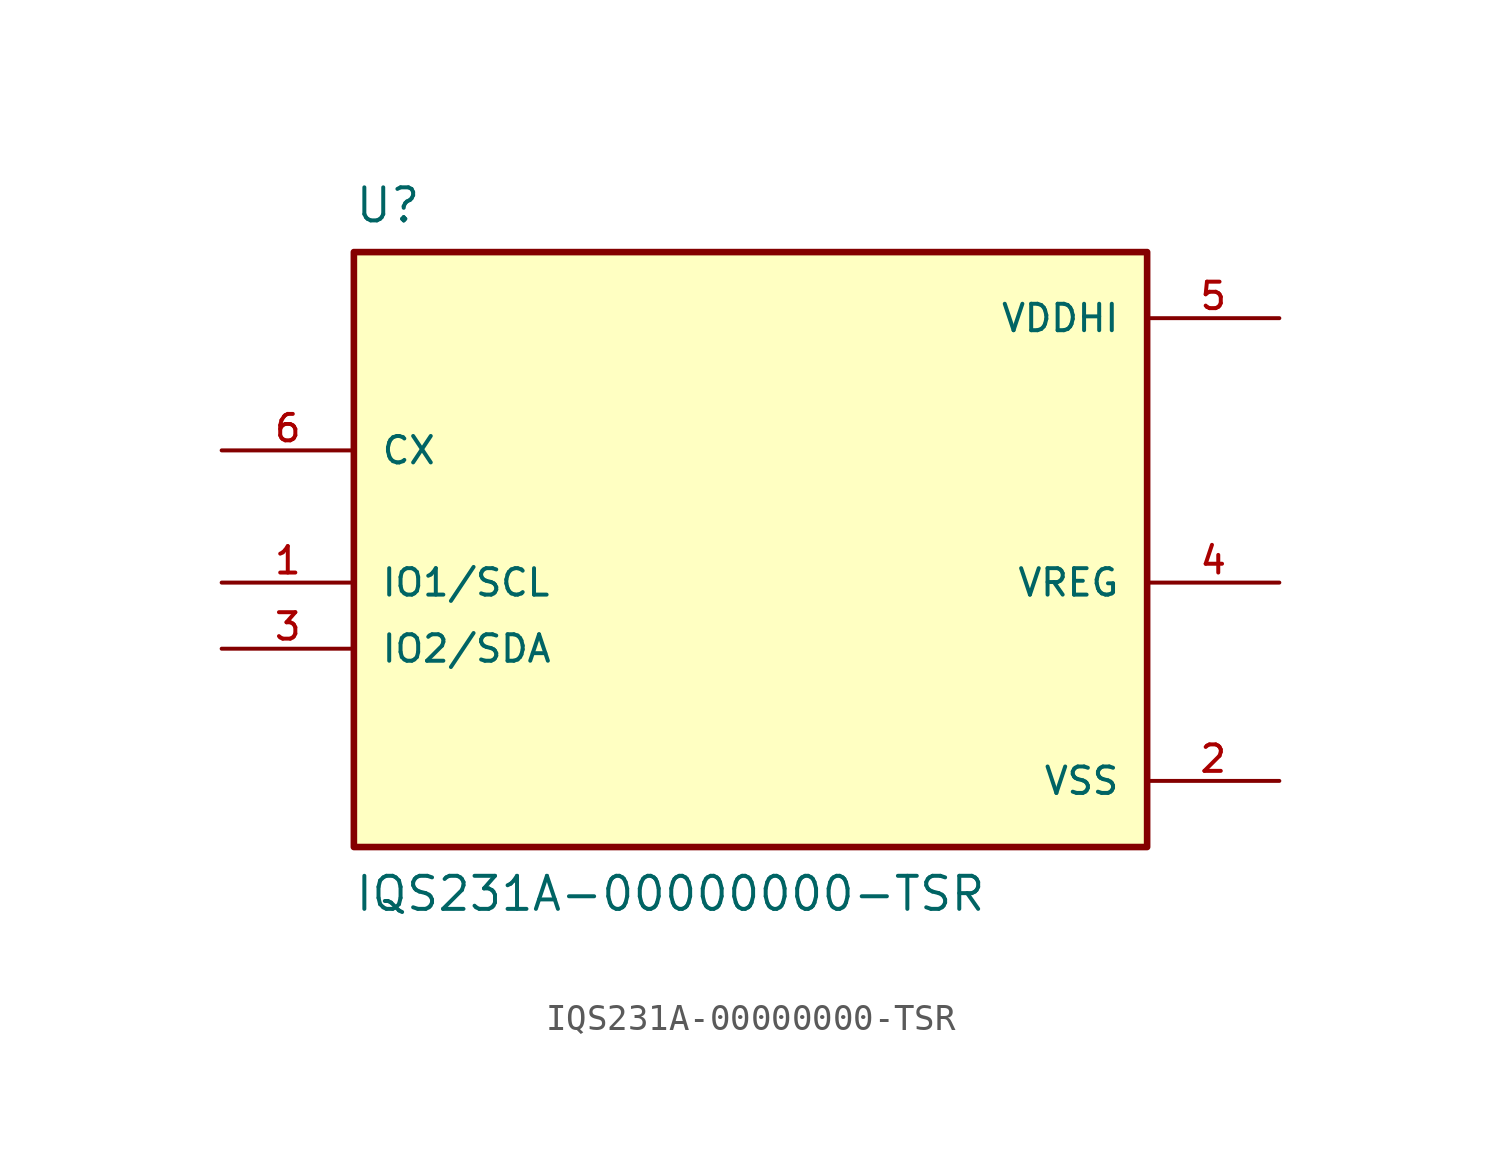
<source format=kicad_sym>
(kicad_symbol_lib
  (version 20211014)
  (generator kicad_symbol_editor)
  (symbol "IQS231A-00000000-TSR"
    (pin_names
      (offset 1.016))
    (property "Reference" "U"
      (at -15.24 12.7 0)
      (effects (font (size 1.27 1.27)) (justify left top)))
    (property "Value" "IQS231A-00000000-TSR"
      (at -15.24 -15.24 0)
      (effects (font (size 1.27 1.27)) (justify left bottom)))
    (symbol "IQS231A-00000000-TSR_0_0"
      (rectangle (start -15.24 -12.7) (end 15.24 10.16) (stroke (width 0.254) (type default) (color 0 0 0 0)) (fill (type background)))
      (pin bidirectional line (at -20.32 -2.54 0) (length 5.08) (name "IO1/SCL" (effects (font (size 1.016 1.016)))) (number "1" (effects (font (size 1.016 1.016)))))
      (pin power_in line (at 20.32 -10.16 180) (length 5.08) (name "VSS" (effects (font (size 1.016 1.016)))) (number "2" (effects (font (size 1.016 1.016)))))
      (pin bidirectional line (at -20.32 -5.08 0) (length 5.08) (name "IO2/SDA" (effects (font (size 1.016 1.016)))) (number "3" (effects (font (size 1.016 1.016)))))
      (pin output line (at 20.32 -2.54 180) (length 5.08) (name "VREG" (effects (font (size 1.016 1.016)))) (number "4" (effects (font (size 1.016 1.016)))))
      (pin power_in line (at 20.32 7.62 180) (length 5.08) (name "VDDHI" (effects (font (size 1.016 1.016)))) (number "5" (effects (font (size 1.016 1.016)))))
      (pin bidirectional line (at -20.32 2.54 0) (length 5.08) (name "CX" (effects (font (size 1.016 1.016)))) (number "6" (effects (font (size 1.016 1.016))))))))
</source>
